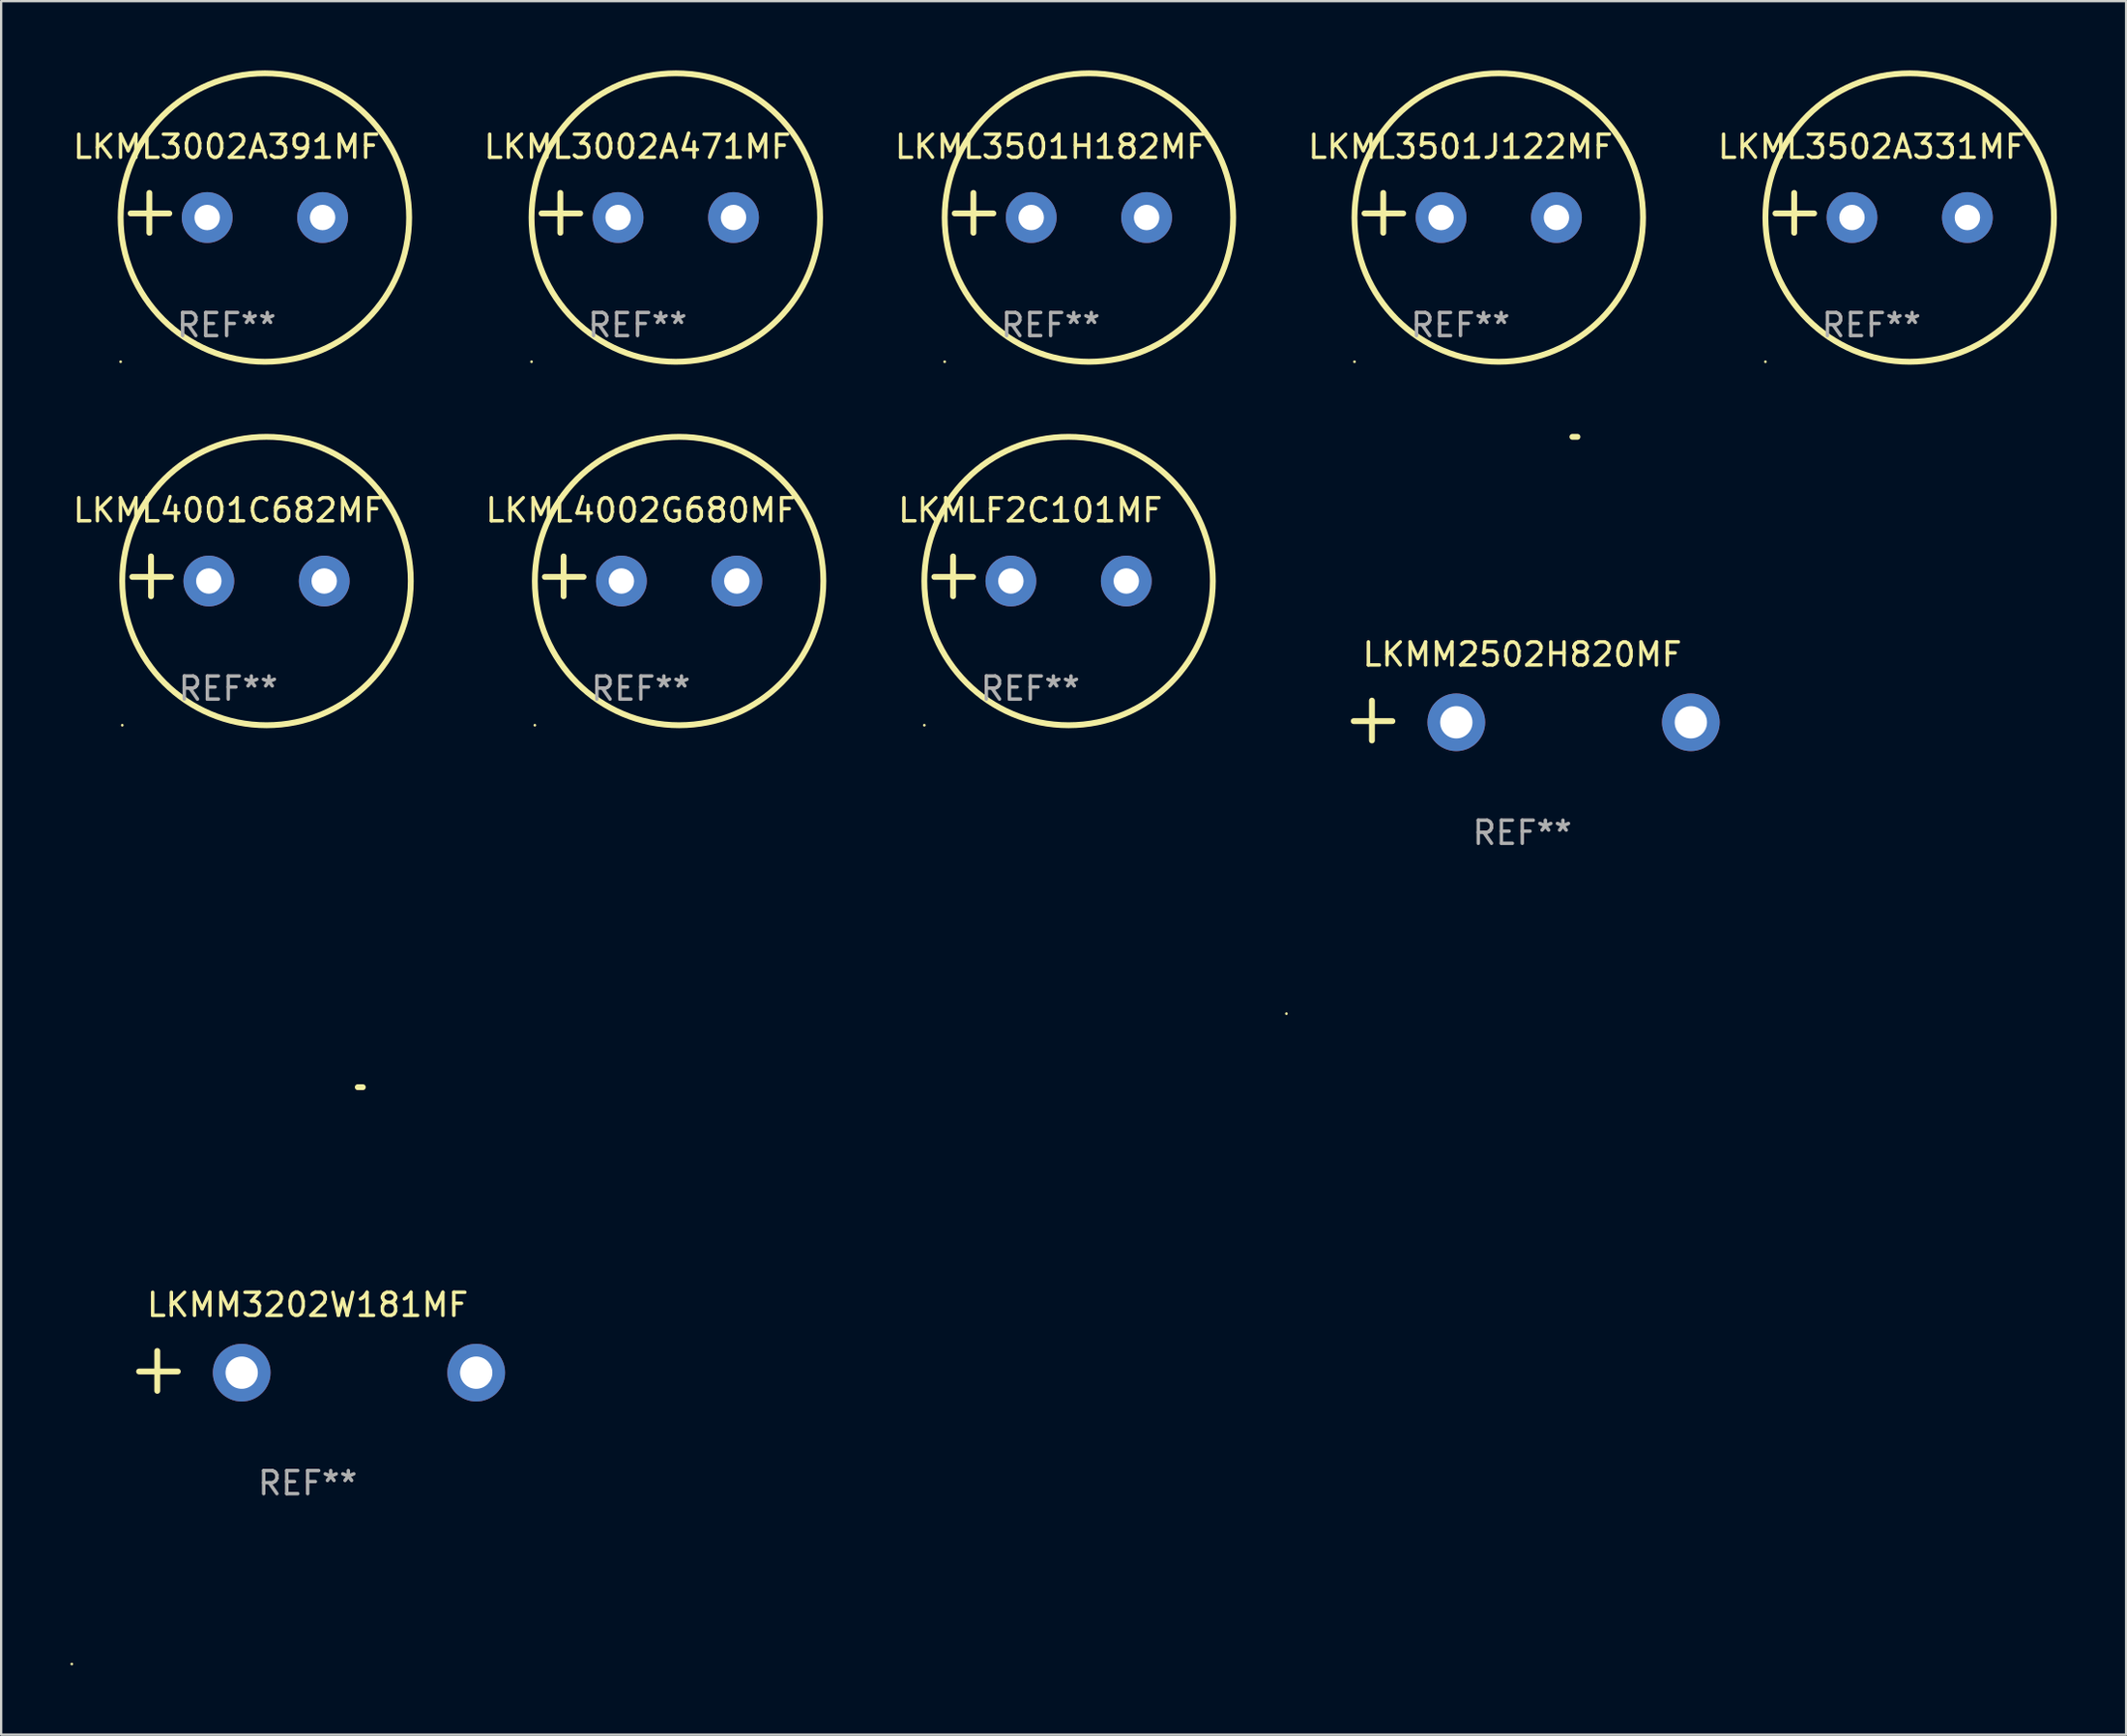
<source format=kicad_pcb>
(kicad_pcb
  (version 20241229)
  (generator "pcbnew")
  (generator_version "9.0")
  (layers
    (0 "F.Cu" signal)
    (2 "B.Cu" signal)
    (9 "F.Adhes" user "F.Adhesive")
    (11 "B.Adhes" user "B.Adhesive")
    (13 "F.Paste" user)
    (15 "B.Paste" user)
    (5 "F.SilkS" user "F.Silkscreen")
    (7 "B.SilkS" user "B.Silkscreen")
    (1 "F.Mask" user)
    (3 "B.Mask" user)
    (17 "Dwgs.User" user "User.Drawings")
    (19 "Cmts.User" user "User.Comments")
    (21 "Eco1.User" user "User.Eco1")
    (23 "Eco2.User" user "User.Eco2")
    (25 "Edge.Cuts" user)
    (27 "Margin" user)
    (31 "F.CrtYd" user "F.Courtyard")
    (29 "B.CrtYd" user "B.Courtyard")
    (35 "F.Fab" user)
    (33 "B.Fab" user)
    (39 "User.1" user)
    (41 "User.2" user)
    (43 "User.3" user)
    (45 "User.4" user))
  (footprint "LKML4002G680MF"
    (layer "F.Cu")
    (at 24.714 21.928)
    (property "Reference" "LKML4002G680MF" (at 0 -2.864 0) (layer "F.SilkS") (effects (font (size 1 1) (thickness 0.15))))
    (attr through_hole)
    (fp_line (start -3.346 0.864) (end -3.346 -0.864) (stroke (width 0.254) (type solid)) (layer "F.SilkS"))
    (fp_line (start -2.482 0.025) (end -4.158 0.025) (stroke (width 0.254) (type solid)) (layer "F.SilkS"))
    (fp_circle (center -4.592 6.453) (end -4.562 6.453) (stroke (width 0.06) (type solid)) (fill no) (layer "F.SilkS"))
    (fp_circle (center 1.658 0.203) (end 7.908 0.203) (stroke (width 0.254) (type solid)) (fill no) (layer "F.SilkS"))
    (fp_text user "REF**" (at 0 4.864 0) (layer "F.Fab") (effects (font (size 1 1) (thickness 0.15))))
    (pad "1" thru_hole circle (at -0.842 0.203) (size 2.2 2.2) (drill 1.1) (layers "*.Cu" "*.Mask"))
    (pad "2" thru_hole circle (at 4.158 0.203) (size 2.2 2.2) (drill 1.1) (layers "*.Cu" "*.Mask")))
  (footprint "LKML3501J122MF"
    (layer "F.Cu")
    (at 60.225 6.174)
    (property "Reference" "LKML3501J122MF" (at 0 -2.864 0) (layer "F.SilkS") (effects (font (size 1 1) (thickness 0.15))))
    (attr through_hole)
    (fp_line (start -3.346 0.864) (end -3.346 -0.864) (stroke (width 0.254) (type solid)) (layer "F.SilkS"))
    (fp_line (start -2.482 0.025) (end -4.158 0.025) (stroke (width 0.254) (type solid)) (layer "F.SilkS"))
    (fp_circle (center -4.592 6.453) (end -4.562 6.453) (stroke (width 0.06) (type solid)) (fill no) (layer "F.SilkS"))
    (fp_circle (center 1.658 0.203) (end 7.908 0.203) (stroke (width 0.254) (type solid)) (fill no) (layer "F.SilkS"))
    (fp_text user "REF**" (at 0 4.864 0) (layer "F.Fab") (effects (font (size 1 1) (thickness 0.15))))
    (pad "1" thru_hole circle (at -0.842 0.203) (size 2.2 2.2) (drill 1.1) (layers "*.Cu" "*.Mask"))
    (pad "2" thru_hole circle (at 4.158 0.203) (size 2.2 2.2) (drill 1.1) (layers "*.Cu" "*.Mask")))
  (footprint "LKMM3202W181MF"
    (layer "F.Cu")
    (at 10.279 56.365)
    (property "Reference" "LKMM3202W181MF" (at 0 -2.864 0) (layer "F.SilkS") (effects (font (size 1 1) (thickness 0.15))))
    (attr through_hole)
    (fp_line (start -6.515 0.864) (end -6.515 -0.864) (stroke (width 0.254) (type solid)) (layer "F.SilkS"))
    (fp_line (start -5.626 0.025) (end -7.303 0.025) (stroke (width 0.254) (type solid)) (layer "F.SilkS"))
    (fp_arc (start 2.171704 -12.296165) (mid 2.280925 -12.296638) (end 2.390145 -12.296165) (stroke (width 0.254001) (type solid)) (layer "F.SilkS"))
    (fp_circle (center -10.219 12.703) (end -10.189 12.703) (stroke (width 0.06) (type solid)) (fill no) (layer "F.SilkS"))
    (fp_text user "REF**" (at 0 4.864 0) (layer "F.Fab") (effects (font (size 1 1) (thickness 0.15))))
    (pad "1" thru_hole circle (at -2.858 0.076) (size 2.5 2.5) (drill 1.4) (layers "*.Cu" "*.Mask"))
    (pad "2" thru_hole circle (at 7.303 0.076) (size 2.5 2.5) (drill 1.4) (layers "*.Cu" "*.Mask")))
  (footprint "LKML4001C682MF"
    (layer "F.Cu")
    (at 6.839 21.928)
    (property "Reference" "LKML4001C682MF" (at 0 -2.864 0) (layer "F.SilkS") (effects (font (size 1 1) (thickness 0.15))))
    (attr through_hole)
    (fp_line (start -3.346 0.864) (end -3.346 -0.864) (stroke (width 0.254) (type solid)) (layer "F.SilkS"))
    (fp_line (start -2.482 0.025) (end -4.158 0.025) (stroke (width 0.254) (type solid)) (layer "F.SilkS"))
    (fp_circle (center -4.592 6.453) (end -4.562 6.453) (stroke (width 0.06) (type solid)) (fill no) (layer "F.SilkS"))
    (fp_circle (center 1.658 0.203) (end 7.908 0.203) (stroke (width 0.254) (type solid)) (fill no) (layer "F.SilkS"))
    (fp_text user "REF**" (at 0 4.864 0) (layer "F.Fab") (effects (font (size 1 1) (thickness 0.15))))
    (pad "1" thru_hole circle (at -0.842 0.203) (size 2.2 2.2) (drill 1.1) (layers "*.Cu" "*.Mask"))
    (pad "2" thru_hole circle (at 4.158 0.203) (size 2.2 2.2) (drill 1.1) (layers "*.Cu" "*.Mask")))
  (footprint "LKML3002A471MF"
    (layer "F.Cu")
    (at 24.571 6.174)
    (property "Reference" "LKML3002A471MF" (at 0 -2.864 0) (layer "F.SilkS") (effects (font (size 1 1) (thickness 0.15))))
    (attr through_hole)
    (fp_line (start -3.346 0.864) (end -3.346 -0.864) (stroke (width 0.254) (type solid)) (layer "F.SilkS"))
    (fp_line (start -2.482 0.025) (end -4.158 0.025) (stroke (width 0.254) (type solid)) (layer "F.SilkS"))
    (fp_circle (center -4.592 6.453) (end -4.562 6.453) (stroke (width 0.06) (type solid)) (fill no) (layer "F.SilkS"))
    (fp_circle (center 1.658 0.203) (end 7.908 0.203) (stroke (width 0.254) (type solid)) (fill no) (layer "F.SilkS"))
    (fp_text user "REF**" (at 0 4.864 0) (layer "F.Fab") (effects (font (size 1 1) (thickness 0.15))))
    (pad "1" thru_hole circle (at -0.842 0.203) (size 2.2 2.2) (drill 1.1) (layers "*.Cu" "*.Mask"))
    (pad "2" thru_hole circle (at 4.158 0.203) (size 2.2 2.2) (drill 1.1) (layers "*.Cu" "*.Mask")))
  (footprint "LKMLF2C101MF"
    (layer "F.Cu")
    (at 41.588 21.928)
    (property "Reference" "LKMLF2C101MF" (at 0 -2.864 0) (layer "F.SilkS") (effects (font (size 1 1) (thickness 0.15))))
    (attr through_hole)
    (fp_line (start -3.346 0.864) (end -3.346 -0.864) (stroke (width 0.254) (type solid)) (layer "F.SilkS"))
    (fp_line (start -2.482 0.025) (end -4.158 0.025) (stroke (width 0.254) (type solid)) (layer "F.SilkS"))
    (fp_circle (center -4.592 6.453) (end -4.562 6.453) (stroke (width 0.06) (type solid)) (fill no) (layer "F.SilkS"))
    (fp_circle (center 1.658 0.203) (end 7.908 0.203) (stroke (width 0.254) (type solid)) (fill no) (layer "F.SilkS"))
    (fp_text user "REF**" (at 0 4.864 0) (layer "F.Fab") (effects (font (size 1 1) (thickness 0.15))))
    (pad "1" thru_hole circle (at -0.842 0.203) (size 2.2 2.2) (drill 1.1) (layers "*.Cu" "*.Mask"))
    (pad "2" thru_hole circle (at 4.158 0.203) (size 2.2 2.2) (drill 1.1) (layers "*.Cu" "*.Mask")))
  (footprint "LKML3501H182MF"
    (layer "F.Cu")
    (at 42.469 6.174)
    (property "Reference" "LKML3501H182MF" (at 0 -2.864 0) (layer "F.SilkS") (effects (font (size 1 1) (thickness 0.15))))
    (attr through_hole)
    (fp_line (start -3.346 0.864) (end -3.346 -0.864) (stroke (width 0.254) (type solid)) (layer "F.SilkS"))
    (fp_line (start -2.482 0.025) (end -4.158 0.025) (stroke (width 0.254) (type solid)) (layer "F.SilkS"))
    (fp_circle (center -4.592 6.453) (end -4.562 6.453) (stroke (width 0.06) (type solid)) (fill no) (layer "F.SilkS"))
    (fp_circle (center 1.658 0.203) (end 7.908 0.203) (stroke (width 0.254) (type solid)) (fill no) (layer "F.SilkS"))
    (fp_text user "REF**" (at 0 4.864 0) (layer "F.Fab") (effects (font (size 1 1) (thickness 0.15))))
    (pad "1" thru_hole circle (at -0.842 0.203) (size 2.2 2.2) (drill 1.1) (layers "*.Cu" "*.Mask"))
    (pad "2" thru_hole circle (at 4.158 0.203) (size 2.2 2.2) (drill 1.1) (layers "*.Cu" "*.Mask")))
  (footprint "LKML3002A391MF"
    (layer "F.Cu")
    (at 6.768 6.174)
    (property "Reference" "LKML3002A391MF" (at 0 -2.864 0) (layer "F.SilkS") (effects (font (size 1 1) (thickness 0.15))))
    (attr through_hole)
    (fp_line (start -3.346 0.864) (end -3.346 -0.864) (stroke (width 0.254) (type solid)) (layer "F.SilkS"))
    (fp_line (start -2.482 0.025) (end -4.158 0.025) (stroke (width 0.254) (type solid)) (layer "F.SilkS"))
    (fp_circle (center -4.592 6.453) (end -4.562 6.453) (stroke (width 0.06) (type solid)) (fill no) (layer "F.SilkS"))
    (fp_circle (center 1.658 0.203) (end 7.908 0.203) (stroke (width 0.254) (type solid)) (fill no) (layer "F.SilkS"))
    (fp_text user "REF**" (at 0 4.864 0) (layer "F.Fab") (effects (font (size 1 1) (thickness 0.15))))
    (pad "1" thru_hole circle (at -0.842 0.203) (size 2.2 2.2) (drill 1.1) (layers "*.Cu" "*.Mask"))
    (pad "2" thru_hole circle (at 4.158 0.203) (size 2.2 2.2) (drill 1.1) (layers "*.Cu" "*.Mask")))
  (footprint "LKMM2502H820MF"
    (layer "F.Cu")
    (at 62.902 28.178)
    (property "Reference" "LKMM2502H820MF" (at 0 -2.864 0) (layer "F.SilkS") (effects (font (size 1 1) (thickness 0.15))))
    (attr through_hole)
    (fp_line (start -6.515 0.864) (end -6.515 -0.864) (stroke (width 0.254) (type solid)) (layer "F.SilkS"))
    (fp_line (start -5.626 0.025) (end -7.303 0.025) (stroke (width 0.254) (type solid)) (layer "F.SilkS"))
    (fp_arc (start 2.171704 -12.296165) (mid 2.280925 -12.296638) (end 2.390145 -12.296165) (stroke (width 0.254001) (type solid)) (layer "F.SilkS"))
    (fp_circle (center -10.219 12.703) (end -10.189 12.703) (stroke (width 0.06) (type solid)) (fill no) (layer "F.SilkS"))
    (fp_text user "REF**" (at 0 4.864 0) (layer "F.Fab") (effects (font (size 1 1) (thickness 0.15))))
    (pad "1" thru_hole circle (at -2.858 0.076) (size 2.5 2.5) (drill 1.4) (layers "*.Cu" "*.Mask"))
    (pad "2" thru_hole circle (at 7.303 0.076) (size 2.5 2.5) (drill 1.4) (layers "*.Cu" "*.Mask")))
  (footprint "LKML3502A331MF"
    (layer "F.Cu")
    (at 78.028 6.174)
    (property "Reference" "LKML3502A331MF" (at 0 -2.864 0) (layer "F.SilkS") (effects (font (size 1 1) (thickness 0.15))))
    (attr through_hole)
    (fp_line (start -3.346 0.864) (end -3.346 -0.864) (stroke (width 0.254) (type solid)) (layer "F.SilkS"))
    (fp_line (start -2.482 0.025) (end -4.158 0.025) (stroke (width 0.254) (type solid)) (layer "F.SilkS"))
    (fp_circle (center -4.592 6.453) (end -4.562 6.453) (stroke (width 0.06) (type solid)) (fill no) (layer "F.SilkS"))
    (fp_circle (center 1.658 0.203) (end 7.908 0.203) (stroke (width 0.254) (type solid)) (fill no) (layer "F.SilkS"))
    (fp_text user "REF**" (at 0 4.864 0) (layer "F.Fab") (effects (font (size 1 1) (thickness 0.15))))
    (pad "1" thru_hole circle (at -0.842 0.203) (size 2.2 2.2) (drill 1.1) (layers "*.Cu" "*.Mask"))
    (pad "2" thru_hole circle (at 4.158 0.203) (size 2.2 2.2) (drill 1.1) (layers "*.Cu" "*.Mask")))
  (gr_rect
    (start -3 -3)
    (end 89.063 72.128)
    (stroke (width 0.1) (type default))
    (fill no)
    (layer "Edge.Cuts")))
</source>
